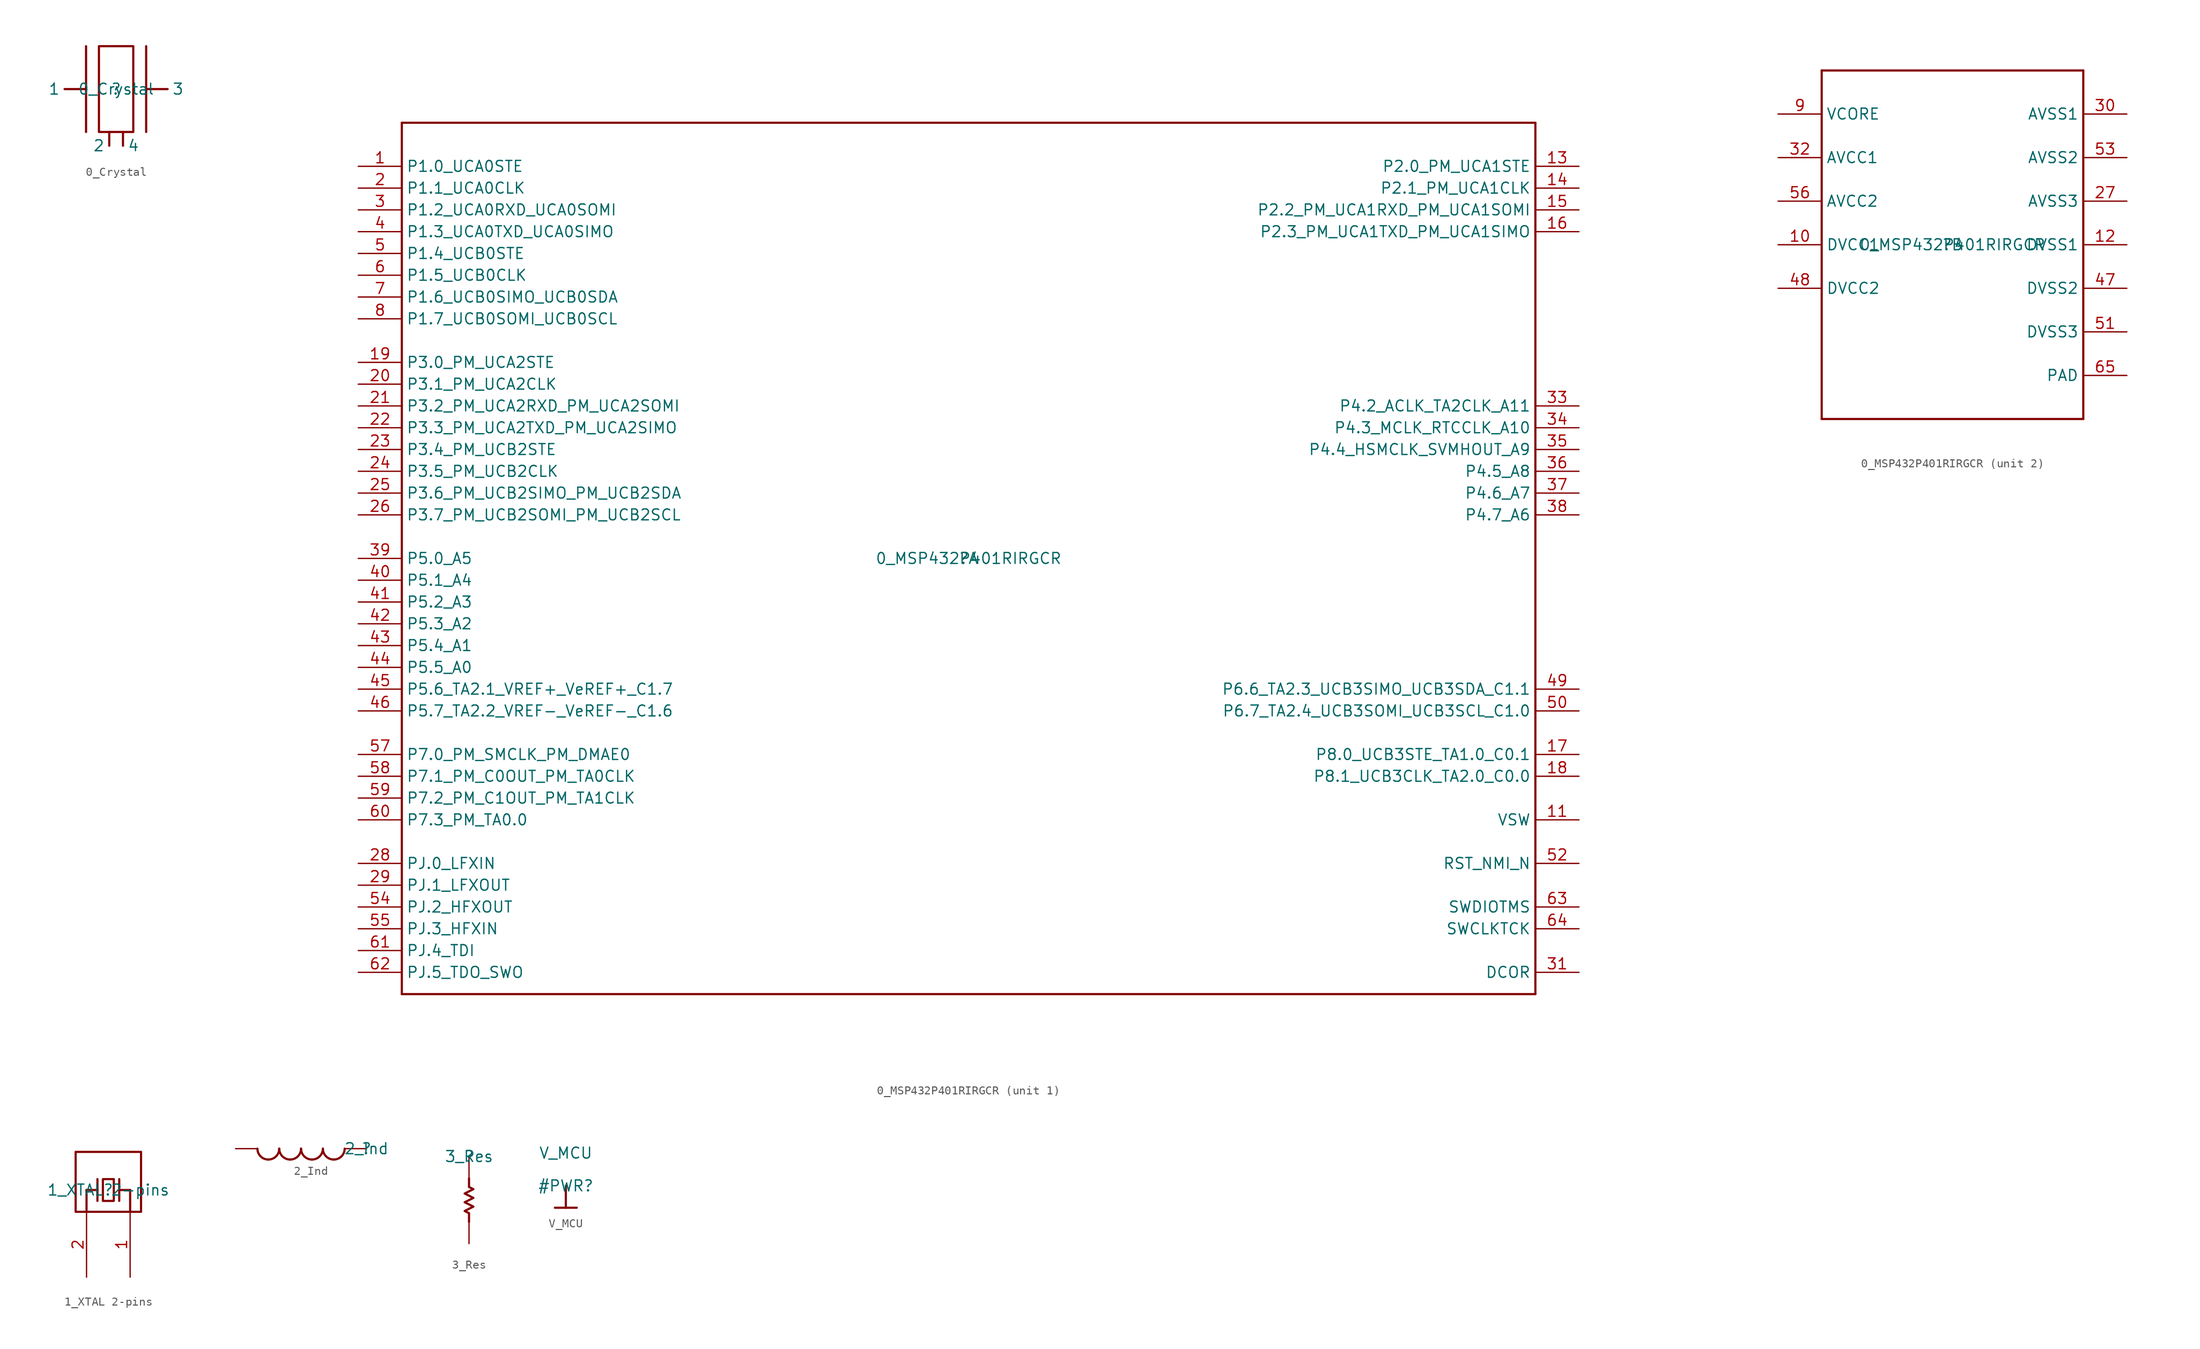
<source format=kicad_sym>
(kicad_symbol_lib
  (version 20211014)
  (generator kicad_symbol_editor)
  (symbol "0_Crystal"
    (property "Reference" ""
      (at 0 0 0)
      (effects (font (size 1.27 1.27))))
    (property "Value" "0_Crystal"
      (at 0 0 0)
      (effects (font (size 1.27 1.27))))
    (symbol "0_Crystal_1_0"
      (polyline (pts (xy -6 0) (xy -3.5 0)) (stroke (width 0.254) (type default) (color 0 0 0 0)) (fill (type none)))
      (polyline (pts (xy -3.5 5) (xy -3.5 -5)) (stroke (width 0.254) (type default) (color 0 0 0 0)) (fill (type none)))
      (polyline (pts (xy -0.8 -6.6) (xy -0.8 -5)) (stroke (width 0.254) (type default) (color 0 0 0 0)) (fill (type none)))
      (polyline (pts (xy 0.8 -6.6) (xy 0.8 -5)) (stroke (width 0.254) (type default) (color 0 0 0 0)) (fill (type none)))
      (polyline (pts (xy 3.5 5) (xy 3.5 -5)) (stroke (width 0.254) (type default) (color 0 0 0 0)) (fill (type none)))
      (polyline (pts (xy 6 0) (xy 3.5 0)) (stroke (width 0.254) (type default) (color 0 0 0 0)) (fill (type none)))
      (polyline (pts (xy 2 -5) (xy 2 5) (xy -2 5) (xy -2 -5) (xy 2 -5)) (stroke (width 0.254) (type default) (color 0 0 0 0)) (fill (type none)))
      (pin passive line (at -6 0 180) (length 0) (name "1" (effects (font (size 1.27 1.27)))) (number "1" (effects (font (size 0 0)))))
      (pin passive line (at -0.8 -6.6 180) (length 0) (name "2" (effects (font (size 1.27 1.27)))) (number "2" (effects (font (size 0 0)))))
      (pin passive line (at 6 0 0) (length 0) (name "3" (effects (font (size 1.27 1.27)))) (number "3" (effects (font (size 0 0)))))
      (pin passive line (at 0.8 -6.6 0) (length 0) (name "4" (effects (font (size 1.27 1.27)))) (number "4" (effects (font (size 0 0)))))))
  (symbol "0_MSP432P401RIRGCR"
    (property "Reference" ""
      (at 0 0 0)
      (effects (font (size 1.27 1.27))))
    (property "Value" "0_MSP432P401RIRGCR"
      (at 0 0 0)
      (effects (font (size 1.27 1.27))))
    (symbol "0_MSP432P401RIRGCR_1_0"
      (polyline (pts (xy -66.04 -50.8) (xy 66.04 -50.8)) (stroke (width 0.254) (type default) (color 0 0 0 0)) (fill (type none)))
      (polyline (pts (xy -66.04 50.8) (xy -66.04 -50.8)) (stroke (width 0.254) (type default) (color 0 0 0 0)) (fill (type none)))
      (polyline (pts (xy 66.04 -50.8) (xy 66.04 50.8)) (stroke (width 0.254) (type default) (color 0 0 0 0)) (fill (type none)))
      (polyline (pts (xy 66.04 50.8) (xy -66.04 50.8)) (stroke (width 0.254) (type default) (color 0 0 0 0)) (fill (type none)))
      (pin bidirectional line (at -71.12 45.72 0) (length 5.08) (name "P1.0_UCA0STE" (effects (font (size 1.27 1.27)))) (number "1" (effects (font (size 1.27 1.27)))))
      (pin power_in line (at 71.12 -30.48 180) (length 5.08) (name "VSW" (effects (font (size 1.27 1.27)))) (number "11" (effects (font (size 1.27 1.27)))))
      (pin bidirectional line (at 71.12 45.72 180) (length 5.08) (name "P2.0_PM_UCA1STE" (effects (font (size 1.27 1.27)))) (number "13" (effects (font (size 1.27 1.27)))))
      (pin bidirectional line (at 71.12 43.18 180) (length 5.08) (name "P2.1_PM_UCA1CLK" (effects (font (size 1.27 1.27)))) (number "14" (effects (font (size 1.27 1.27)))))
      (pin bidirectional line (at 71.12 40.64 180) (length 5.08) (name "P2.2_PM_UCA1RXD_PM_UCA1SOMI" (effects (font (size 1.27 1.27)))) (number "15" (effects (font (size 1.27 1.27)))))
      (pin bidirectional line (at 71.12 38.1 180) (length 5.08) (name "P2.3_PM_UCA1TXD_PM_UCA1SIMO" (effects (font (size 1.27 1.27)))) (number "16" (effects (font (size 1.27 1.27)))))
      (pin bidirectional line (at 71.12 -22.86 180) (length 5.08) (name "P8.0_UCB3STE_TA1.0_C0.1" (effects (font (size 1.27 1.27)))) (number "17" (effects (font (size 1.27 1.27)))))
      (pin bidirectional line (at 71.12 -25.4 180) (length 5.08) (name "P8.1_UCB3CLK_TA2.0_C0.0" (effects (font (size 1.27 1.27)))) (number "18" (effects (font (size 1.27 1.27)))))
      (pin bidirectional line (at -71.12 22.86 0) (length 5.08) (name "P3.0_PM_UCA2STE" (effects (font (size 1.27 1.27)))) (number "19" (effects (font (size 1.27 1.27)))))
      (pin bidirectional line (at -71.12 43.18 0) (length 5.08) (name "P1.1_UCA0CLK" (effects (font (size 1.27 1.27)))) (number "2" (effects (font (size 1.27 1.27)))))
      (pin bidirectional line (at -71.12 20.32 0) (length 5.08) (name "P3.1_PM_UCA2CLK" (effects (font (size 1.27 1.27)))) (number "20" (effects (font (size 1.27 1.27)))))
      (pin bidirectional line (at -71.12 17.78 0) (length 5.08) (name "P3.2_PM_UCA2RXD_PM_UCA2SOMI" (effects (font (size 1.27 1.27)))) (number "21" (effects (font (size 1.27 1.27)))))
      (pin bidirectional line (at -71.12 15.24 0) (length 5.08) (name "P3.3_PM_UCA2TXD_PM_UCA2SIMO" (effects (font (size 1.27 1.27)))) (number "22" (effects (font (size 1.27 1.27)))))
      (pin bidirectional line (at -71.12 12.7 0) (length 5.08) (name "P3.4_PM_UCB2STE" (effects (font (size 1.27 1.27)))) (number "23" (effects (font (size 1.27 1.27)))))
      (pin bidirectional line (at -71.12 10.16 0) (length 5.08) (name "P3.5_PM_UCB2CLK" (effects (font (size 1.27 1.27)))) (number "24" (effects (font (size 1.27 1.27)))))
      (pin bidirectional line (at -71.12 7.62 0) (length 5.08) (name "P3.6_PM_UCB2SIMO_PM_UCB2SDA" (effects (font (size 1.27 1.27)))) (number "25" (effects (font (size 1.27 1.27)))))
      (pin bidirectional line (at -71.12 5.08 0) (length 5.08) (name "P3.7_PM_UCB2SOMI_PM_UCB2SCL" (effects (font (size 1.27 1.27)))) (number "26" (effects (font (size 1.27 1.27)))))
      (pin bidirectional line (at -71.12 -35.56 0) (length 5.08) (name "PJ.0_LFXIN" (effects (font (size 1.27 1.27)))) (number "28" (effects (font (size 1.27 1.27)))))
      (pin bidirectional line (at -71.12 -38.1 0) (length 5.08) (name "PJ.1_LFXOUT" (effects (font (size 1.27 1.27)))) (number "29" (effects (font (size 1.27 1.27)))))
      (pin bidirectional line (at -71.12 40.64 0) (length 5.08) (name "P1.2_UCA0RXD_UCA0SOMI" (effects (font (size 1.27 1.27)))) (number "3" (effects (font (size 1.27 1.27)))))
      (pin passive line (at 71.12 -48.26 180) (length 5.08) (name "DCOR" (effects (font (size 1.27 1.27)))) (number "31" (effects (font (size 1.27 1.27)))))
      (pin bidirectional line (at 71.12 17.78 180) (length 5.08) (name "P4.2_ACLK_TA2CLK_A11" (effects (font (size 1.27 1.27)))) (number "33" (effects (font (size 1.27 1.27)))))
      (pin bidirectional line (at 71.12 15.24 180) (length 5.08) (name "P4.3_MCLK_RTCCLK_A10" (effects (font (size 1.27 1.27)))) (number "34" (effects (font (size 1.27 1.27)))))
      (pin bidirectional line (at 71.12 12.7 180) (length 5.08) (name "P4.4_HSMCLK_SVMHOUT_A9" (effects (font (size 1.27 1.27)))) (number "35" (effects (font (size 1.27 1.27)))))
      (pin bidirectional line (at 71.12 10.16 180) (length 5.08) (name "P4.5_A8" (effects (font (size 1.27 1.27)))) (number "36" (effects (font (size 1.27 1.27)))))
      (pin bidirectional line (at 71.12 7.62 180) (length 5.08) (name "P4.6_A7" (effects (font (size 1.27 1.27)))) (number "37" (effects (font (size 1.27 1.27)))))
      (pin bidirectional line (at 71.12 5.08 180) (length 5.08) (name "P4.7_A6" (effects (font (size 1.27 1.27)))) (number "38" (effects (font (size 1.27 1.27)))))
      (pin bidirectional line (at -71.12 0 0) (length 5.08) (name "P5.0_A5" (effects (font (size 1.27 1.27)))) (number "39" (effects (font (size 1.27 1.27)))))
      (pin bidirectional line (at -71.12 38.1 0) (length 5.08) (name "P1.3_UCA0TXD_UCA0SIMO" (effects (font (size 1.27 1.27)))) (number "4" (effects (font (size 1.27 1.27)))))
      (pin bidirectional line (at -71.12 -2.54 0) (length 5.08) (name "P5.1_A4" (effects (font (size 1.27 1.27)))) (number "40" (effects (font (size 1.27 1.27)))))
      (pin bidirectional line (at -71.12 -5.08 0) (length 5.08) (name "P5.2_A3" (effects (font (size 1.27 1.27)))) (number "41" (effects (font (size 1.27 1.27)))))
      (pin bidirectional line (at -71.12 -7.62 0) (length 5.08) (name "P5.3_A2" (effects (font (size 1.27 1.27)))) (number "42" (effects (font (size 1.27 1.27)))))
      (pin bidirectional line (at -71.12 -10.16 0) (length 5.08) (name "P5.4_A1" (effects (font (size 1.27 1.27)))) (number "43" (effects (font (size 1.27 1.27)))))
      (pin bidirectional line (at -71.12 -12.7 0) (length 5.08) (name "P5.5_A0" (effects (font (size 1.27 1.27)))) (number "44" (effects (font (size 1.27 1.27)))))
      (pin bidirectional line (at -71.12 -15.24 0) (length 5.08) (name "P5.6_TA2.1_VREF+_VeREF+_C1.7" (effects (font (size 1.27 1.27)))) (number "45" (effects (font (size 1.27 1.27)))))
      (pin bidirectional line (at -71.12 -17.78 0) (length 5.08) (name "P5.7_TA2.2_VREF-_VeREF-_C1.6" (effects (font (size 1.27 1.27)))) (number "46" (effects (font (size 1.27 1.27)))))
      (pin bidirectional line (at 71.12 -15.24 180) (length 5.08) (name "P6.6_TA2.3_UCB3SIMO_UCB3SDA_C1.1" (effects (font (size 1.27 1.27)))) (number "49" (effects (font (size 1.27 1.27)))))
      (pin bidirectional line (at -71.12 35.56 0) (length 5.08) (name "P1.4_UCB0STE" (effects (font (size 1.27 1.27)))) (number "5" (effects (font (size 1.27 1.27)))))
      (pin bidirectional line (at 71.12 -17.78 180) (length 5.08) (name "P6.7_TA2.4_UCB3SOMI_UCB3SCL_C1.0" (effects (font (size 1.27 1.27)))) (number "50" (effects (font (size 1.27 1.27)))))
      (pin input line (at 71.12 -35.56 180) (length 5.08) (name "RST_NMI_N" (effects (font (size 1.27 1.27)))) (number "52" (effects (font (size 1.27 1.27)))))
      (pin bidirectional line (at -71.12 -40.64 0) (length 5.08) (name "PJ.2_HFXOUT" (effects (font (size 1.27 1.27)))) (number "54" (effects (font (size 1.27 1.27)))))
      (pin bidirectional line (at -71.12 -43.18 0) (length 5.08) (name "PJ.3_HFXIN" (effects (font (size 1.27 1.27)))) (number "55" (effects (font (size 1.27 1.27)))))
      (pin bidirectional line (at -71.12 -22.86 0) (length 5.08) (name "P7.0_PM_SMCLK_PM_DMAE0" (effects (font (size 1.27 1.27)))) (number "57" (effects (font (size 1.27 1.27)))))
      (pin bidirectional line (at -71.12 -25.4 0) (length 5.08) (name "P7.1_PM_C0OUT_PM_TA0CLK" (effects (font (size 1.27 1.27)))) (number "58" (effects (font (size 1.27 1.27)))))
      (pin bidirectional line (at -71.12 -27.94 0) (length 5.08) (name "P7.2_PM_C1OUT_PM_TA1CLK" (effects (font (size 1.27 1.27)))) (number "59" (effects (font (size 1.27 1.27)))))
      (pin bidirectional line (at -71.12 33.02 0) (length 5.08) (name "P1.5_UCB0CLK" (effects (font (size 1.27 1.27)))) (number "6" (effects (font (size 1.27 1.27)))))
      (pin bidirectional line (at -71.12 -30.48 0) (length 5.08) (name "P7.3_PM_TA0.0" (effects (font (size 1.27 1.27)))) (number "60" (effects (font (size 1.27 1.27)))))
      (pin bidirectional line (at -71.12 -45.72 0) (length 5.08) (name "PJ.4_TDI" (effects (font (size 1.27 1.27)))) (number "61" (effects (font (size 1.27 1.27)))))
      (pin bidirectional line (at -71.12 -48.26 0) (length 5.08) (name "PJ.5_TDO_SWO" (effects (font (size 1.27 1.27)))) (number "62" (effects (font (size 1.27 1.27)))))
      (pin bidirectional line (at 71.12 -40.64 180) (length 5.08) (name "SWDIOTMS" (effects (font (size 1.27 1.27)))) (number "63" (effects (font (size 1.27 1.27)))))
      (pin input line (at 71.12 -43.18 180) (length 5.08) (name "SWCLKTCK" (effects (font (size 1.27 1.27)))) (number "64" (effects (font (size 1.27 1.27)))))
      (pin bidirectional line (at -71.12 30.48 0) (length 5.08) (name "P1.6_UCB0SIMO_UCB0SDA" (effects (font (size 1.27 1.27)))) (number "7" (effects (font (size 1.27 1.27)))))
      (pin bidirectional line (at -71.12 27.94 0) (length 5.08) (name "P1.7_UCB0SOMI_UCB0SCL" (effects (font (size 1.27 1.27)))) (number "8" (effects (font (size 1.27 1.27))))))
    (symbol "0_MSP432P401RIRGCR_2_0"
      (polyline (pts (xy -15.24 -20.32) (xy 15.24 -20.32)) (stroke (width 0.254) (type default) (color 0 0 0 0)) (fill (type none)))
      (polyline (pts (xy -15.24 20.32) (xy -15.24 -20.32)) (stroke (width 0.254) (type default) (color 0 0 0 0)) (fill (type none)))
      (polyline (pts (xy 15.24 -20.32) (xy 15.24 20.32)) (stroke (width 0.254) (type default) (color 0 0 0 0)) (fill (type none)))
      (polyline (pts (xy 15.24 20.32) (xy -15.24 20.32)) (stroke (width 0.254) (type default) (color 0 0 0 0)) (fill (type none)))
      (pin power_in line (at -20.32 0 0) (length 5.08) (name "DVCC1" (effects (font (size 1.27 1.27)))) (number "10" (effects (font (size 1.27 1.27)))))
      (pin power_in line (at 20.32 0 180) (length 5.08) (name "DVSS1" (effects (font (size 1.27 1.27)))) (number "12" (effects (font (size 1.27 1.27)))))
      (pin power_in line (at 20.32 5.08 180) (length 5.08) (name "AVSS3" (effects (font (size 1.27 1.27)))) (number "27" (effects (font (size 1.27 1.27)))))
      (pin power_in line (at 20.32 15.24 180) (length 5.08) (name "AVSS1" (effects (font (size 1.27 1.27)))) (number "30" (effects (font (size 1.27 1.27)))))
      (pin power_in line (at -20.32 10.16 0) (length 5.08) (name "AVCC1" (effects (font (size 1.27 1.27)))) (number "32" (effects (font (size 1.27 1.27)))))
      (pin power_in line (at 20.32 -5.08 180) (length 5.08) (name "DVSS2" (effects (font (size 1.27 1.27)))) (number "47" (effects (font (size 1.27 1.27)))))
      (pin power_in line (at -20.32 -5.08 0) (length 5.08) (name "DVCC2" (effects (font (size 1.27 1.27)))) (number "48" (effects (font (size 1.27 1.27)))))
      (pin power_in line (at 20.32 -10.16 180) (length 5.08) (name "DVSS3" (effects (font (size 1.27 1.27)))) (number "51" (effects (font (size 1.27 1.27)))))
      (pin power_in line (at 20.32 10.16 180) (length 5.08) (name "AVSS2" (effects (font (size 1.27 1.27)))) (number "53" (effects (font (size 1.27 1.27)))))
      (pin power_in line (at -20.32 5.08 0) (length 5.08) (name "AVCC2" (effects (font (size 1.27 1.27)))) (number "56" (effects (font (size 1.27 1.27)))))
      (pin passive line (at 20.32 -15.24 180) (length 5.08) (name "PAD" (effects (font (size 1.27 1.27)))) (number "65" (effects (font (size 1.27 1.27)))))
      (pin power_in line (at -20.32 15.24 0) (length 5.08) (name "VCORE" (effects (font (size 1.27 1.27)))) (number "9" (effects (font (size 1.27 1.27)))))))
  (symbol "1_XTAL 2-pins"
    (property "Reference" ""
      (at 0 0 0)
      (effects (font (size 1.27 1.27))))
    (property "Value" "1_XTAL 2-pins"
      (at 0 0 0)
      (effects (font (size 1.27 1.27))))
    (symbol "1_XTAL 2-pins_1_0"
      (polyline (pts (xy -2.54 -2.54) (xy -2.54 0)) (stroke (width 0.254) (type default) (color 0 0 0 0)) (fill (type none)))
      (polyline (pts (xy -1.27 -1.27) (xy -1.27 1.27)) (stroke (width 0.254) (type default) (color 0 0 0 0)) (fill (type none)))
      (polyline (pts (xy -1.27 0) (xy -2.54 0)) (stroke (width 0.254) (type default) (color 0 0 0 0)) (fill (type none)))
      (polyline (pts (xy 1.27 -1.27) (xy 1.27 1.27)) (stroke (width 0.254) (type default) (color 0 0 0 0)) (fill (type none)))
      (polyline (pts (xy 2.54 -2.54) (xy 2.54 0)) (stroke (width 0.254) (type default) (color 0 0 0 0)) (fill (type none)))
      (polyline (pts (xy 2.54 0) (xy 1.27 0)) (stroke (width 0.254) (type default) (color 0 0 0 0)) (fill (type none)))
      (polyline (pts (xy 0.635 -1.27) (xy -0.635 -1.27) (xy -0.635 1.27) (xy 0.635 1.27) (xy 0.635 -1.27)) (stroke (width 0.254) (type default) (color 0 0 0 0)) (fill (type none)))
      (polyline (pts (xy 3.81 -2.54) (xy 3.81 4.445) (xy -3.81 4.445) (xy -3.81 -2.54) (xy 3.81 -2.54)) (stroke (width 0.254) (type default) (color 0 0 0 0)) (fill (type none)))
      (pin power_in line (at 2.54 -10.16 90) (length 7.62) (name "1" (effects (font (size 0 0)))) (number "1" (effects (font (size 1.27 1.27)))))
      (pin power_in line (at -2.54 -10.16 90) (length 7.62) (name "2" (effects (font (size 0 0)))) (number "2" (effects (font (size 1.27 1.27)))))))
  (symbol "2_Ind"
    (property "Reference" ""
      (at 0 0 0)
      (effects (font (size 1.27 1.27))))
    (property "Value" "2_Ind"
      (at 0 0 0)
      (effects (font (size 1.27 1.27))))
    (symbol "2_Ind_1_0"
      (arc (start -12.7 0) (mid -12.328 -0.898) (end -11.43 -1.27) (stroke (width 0.254) (type default) (color 0 0 0 0)) (fill (type none)))
      (arc (start -11.43 -1.27) (mid -10.532 -0.898) (end -10.16 0) (stroke (width 0.254) (type default) (color 0 0 0 0)) (fill (type none)))
      (arc (start -10.16 0) (mid -9.788 -0.898) (end -8.89 -1.27) (stroke (width 0.254) (type default) (color 0 0 0 0)) (fill (type none)))
      (arc (start -8.89 -1.27) (mid -7.992 -0.898) (end -7.62 0) (stroke (width 0.254) (type default) (color 0 0 0 0)) (fill (type none)))
      (arc (start -7.62 0) (mid -7.248 -0.898) (end -6.35 -1.27) (stroke (width 0.254) (type default) (color 0 0 0 0)) (fill (type none)))
      (arc (start -6.35 -1.27) (mid -5.452 -0.898) (end -5.08 0) (stroke (width 0.254) (type default) (color 0 0 0 0)) (fill (type none)))
      (arc (start -5.08 0) (mid -4.708 -0.898) (end -3.81 -1.27) (stroke (width 0.254) (type default) (color 0 0 0 0)) (fill (type none)))
      (arc (start -3.81 -1.27) (mid -2.912 -0.898) (end -2.54 0) (stroke (width 0.254) (type default) (color 0 0 0 0)) (fill (type none)))
      (pin passive line (at 0 0 180) (length 2.54) (name "1" (effects (font (size 0 0)))) (number "1" (effects (font (size 0 0)))))
      (pin passive line (at -15.24 0 0) (length 2.54) (name "2" (effects (font (size 0 0)))) (number "2" (effects (font (size 0 0)))))))
  (symbol "3_Res"
    (property "Reference" ""
      (at 0 0 0)
      (effects (font (size 1.27 1.27))))
    (property "Value" "3_Res"
      (at 0 0 0)
      (effects (font (size 1.27 1.27))))
    (symbol "3_Res_1_0"
      (polyline (pts (xy 0 -7.62) (xy 0 -6.604) (xy -0.508 -6.35) (xy 0.508 -5.842) (xy -0.508 -5.334) (xy 0.508 -4.826) (xy -0.508 -4.318) (xy 0.508 -3.81) (xy 0 -3.556) (xy 0 -2.54)) (stroke (width 0.254) (type default) (color 0 0 0 0)) (fill (type none)))
      (pin passive line (at 0 0 270) (length 2.54) (name "1" (effects (font (size 0 0)))) (number "1" (effects (font (size 0 0)))))
      (pin passive line (at 0 -10.16 90) (length 2.54) (name "2" (effects (font (size 0 0)))) (number "2" (effects (font (size 0 0)))))))
  (symbol "V_MCU"
    (power)
    (property "Reference" "#PWR"
      (at 0 0 0)
      (effects (font (size 1.27 1.27))))
    (property "Value" "V_MCU"
      (at 0 3.81 0)
      (effects (font (size 1.27 1.27))))
    (symbol "V_MCU_0_0"
      (polyline (pts (xy -1.27 -2.54) (xy 1.27 -2.54)) (stroke (width 0.254) (type default) (color 0 0 0 0)) (fill (type none)))
      (polyline (pts (xy 0 0) (xy 0 -2.54)) (stroke (width 0.254) (type default) (color 0 0 0 0)) (fill (type none)))
      (pin power_in line (at 0 0 0) (length 0) hide (name "V_MCU" (effects (font (size 1.27 1.27)))) (number "" (effects (font (size 1.27 1.27))))))))
</source>
